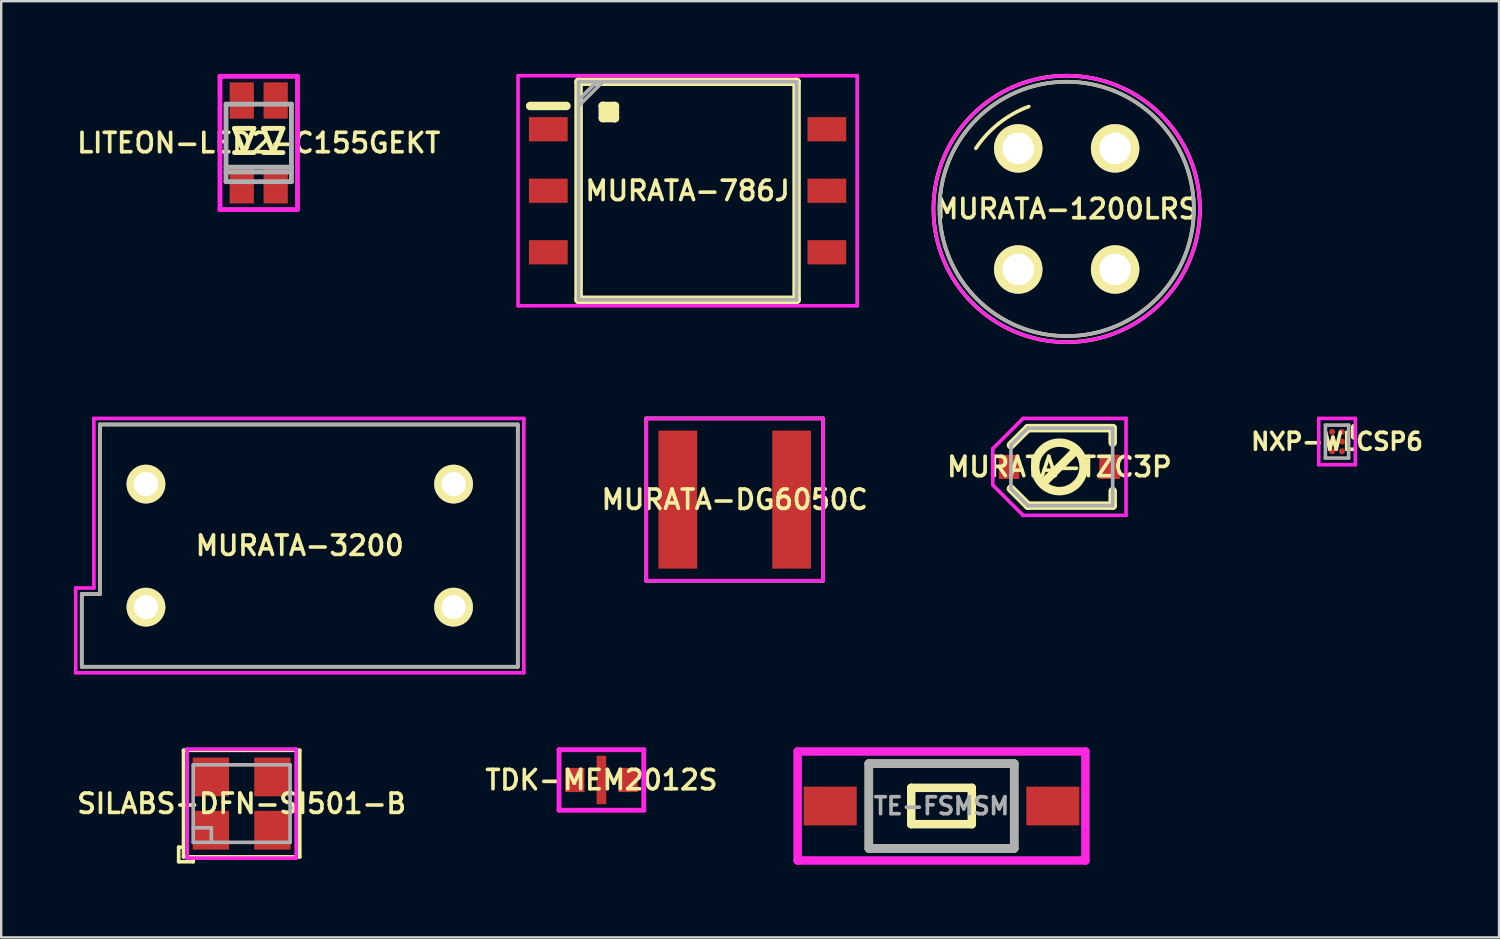
<source format=kicad_pcb>
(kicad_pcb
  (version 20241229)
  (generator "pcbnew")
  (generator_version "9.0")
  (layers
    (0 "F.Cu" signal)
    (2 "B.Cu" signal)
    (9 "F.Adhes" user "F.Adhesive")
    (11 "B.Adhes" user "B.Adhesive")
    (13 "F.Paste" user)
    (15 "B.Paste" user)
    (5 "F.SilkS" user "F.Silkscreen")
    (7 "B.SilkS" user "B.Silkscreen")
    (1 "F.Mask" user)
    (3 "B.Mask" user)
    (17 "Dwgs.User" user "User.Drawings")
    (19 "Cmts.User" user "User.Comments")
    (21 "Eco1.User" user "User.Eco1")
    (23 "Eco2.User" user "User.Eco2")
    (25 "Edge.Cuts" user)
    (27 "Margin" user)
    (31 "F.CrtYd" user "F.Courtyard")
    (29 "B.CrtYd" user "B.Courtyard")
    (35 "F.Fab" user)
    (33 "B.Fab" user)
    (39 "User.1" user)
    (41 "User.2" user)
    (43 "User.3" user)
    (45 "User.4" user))
  (footprint "TDK-MEM2012S"
    (layer "F.Cu")
    (at 21.778 29.15)
    (property "Reference" "TDK-MEM2012S" (at 0 0 0) (layer "F.SilkS") (effects (font (size 0.8 0.8) (thickness 0.15))))
    (attr through_hole)
    (fp_line (start -1.75 -1.25) (end 1.75 -1.25) (stroke (width 0.2) (type solid)) (layer "F.CrtYd"))
    (fp_line (start -1.75 1.25) (end -1.75 -1.25) (stroke (width 0.2) (type solid)) (layer "F.CrtYd"))
    (fp_line (start 1.75 -1.25) (end 1.75 1.25) (stroke (width 0.2) (type solid)) (layer "F.CrtYd"))
    (fp_line (start 1.75 1.25) (end -1.75 1.25) (stroke (width 0.2) (type solid)) (layer "F.CrtYd"))
    (pad "1" smd rect (at -1.1 0) (size 0.8 1) (layers "F.Cu" "F.Mask" "F.Paste"))
    (pad "2" smd rect (at 0 0) (size 0.4 2) (layers "F.Cu" "F.Mask" "F.Paste"))
    (pad "3" smd rect (at 1.1 0) (size 0.8 1) (layers "F.Cu" "F.Mask" "F.Paste")))
  (footprint "LITEON-LED2-C155GEKT"
    (layer "F.Cu")
    (at 7.631 2.85)
    (property "Reference" "LITEON-LED2-C155GEKT" (at 0 0 0) (layer "F.SilkS") (effects (font (size 0.8 0.8) (thickness 0.15))))
    (attr through_hole)
    (fp_line (start -1 -0.6) (end -0.2 -0.6) (stroke (width 0.2) (type solid)) (layer "F.SilkS"))
    (fp_line (start -1 0.4) (end -0.2 0.4) (stroke (width 0.2) (type solid)) (layer "F.SilkS"))
    (fp_line (start -0.6 0.4) (end -1 -0.6) (stroke (width 0.2) (type solid)) (layer "F.SilkS"))
    (fp_line (start -0.2 -0.6) (end -0.6 0.4) (stroke (width 0.2) (type solid)) (layer "F.SilkS"))
    (fp_line (start 0.2 -0.6) (end 1 -0.6) (stroke (width 0.2) (type solid)) (layer "F.SilkS"))
    (fp_line (start 0.2 0.4) (end 1 0.4) (stroke (width 0.2) (type solid)) (layer "F.SilkS"))
    (fp_line (start 0.6 0.4) (end 0.2 -0.6) (stroke (width 0.2) (type solid)) (layer "F.SilkS"))
    (fp_line (start 1 -0.6) (end 0.6 0.4) (stroke (width 0.2) (type solid)) (layer "F.SilkS"))
    (fp_line (start -1.6 -2.75) (end 1.6 -2.75) (stroke (width 0.2) (type solid)) (layer "F.CrtYd"))
    (fp_line (start -1.6 2.75) (end -1.6 -2.75) (stroke (width 0.2) (type solid)) (layer "F.CrtYd"))
    (fp_line (start 1.6 -2.75) (end 1.6 2.75) (stroke (width 0.2) (type solid)) (layer "F.CrtYd"))
    (fp_line (start 1.6 2.75) (end -1.6 2.75) (stroke (width 0.2) (type solid)) (layer "F.CrtYd"))
    (fp_line (start -1.35 -1.6) (end 1.35 -1.6) (stroke (width 0.2) (type solid)) (layer "F.Fab"))
    (fp_line (start -1.35 1.2) (end 1.35 1.2) (stroke (width 0.2) (type solid)) (layer "F.Fab"))
    (fp_line (start -1.35 1.6) (end -1.35 -1.6) (stroke (width 0.2) (type solid)) (layer "F.Fab"))
    (fp_line (start 1.35 -1.6) (end 1.35 1.6) (stroke (width 0.2) (type solid)) (layer "F.Fab"))
    (fp_line (start 1.35 1) (end -1.35 1) (stroke (width 0.2) (type solid)) (layer "F.Fab"))
    (fp_line (start 1.35 1.6) (end -1.35 1.6) (stroke (width 0.2) (type solid)) (layer "F.Fab"))
    (pad "1" smd rect (at 0.7 -1.75) (size 1 1.5) (layers "F.Cu" "F.Mask" "F.Paste"))
    (pad "2" smd rect (at -0.7 -1.75) (size 1 1.5) (layers "F.Cu" "F.Mask" "F.Paste"))
    (pad "3" smd rect (at 0.7 1.75) (size 1 1.5) (layers "F.Cu" "F.Mask" "F.Paste"))
    (pad "4" smd rect (at -0.7 1.75) (size 1 1.5) (layers "F.Cu" "F.Mask" "F.Paste")))
  (footprint "MURATA-DG6050C"
    (layer "F.Cu")
    (at 27.281 17.575)
    (property "Reference" "MURATA-DG6050C" (at 0 0 0) (layer "F.SilkS") (effects (font (size 0.8 0.8) (thickness 0.15))))
    (attr through_hole)
    (fp_line (start -3.65 -3.35) (end 3.65 -3.35) (stroke (width 0.15) (type solid)) (layer "F.SilkS"))
    (fp_line (start -3.65 3.35) (end -3.65 -3.35) (stroke (width 0.15) (type solid)) (layer "F.SilkS"))
    (fp_line (start 3.65 -3.35) (end 3.65 3.35) (stroke (width 0.15) (type solid)) (layer "F.SilkS"))
    (fp_line (start 3.65 3.35) (end -3.65 3.35) (stroke (width 0.15) (type solid)) (layer "F.SilkS"))
    (fp_line (start -3.65 -3.35) (end 3.65 -3.35) (stroke (width 0.15) (type solid)) (layer "F.CrtYd"))
    (fp_line (start -3.65 3.35) (end -3.65 -3.35) (stroke (width 0.15) (type solid)) (layer "F.CrtYd"))
    (fp_line (start 3.65 -3.35) (end 3.65 3.35) (stroke (width 0.15) (type solid)) (layer "F.CrtYd"))
    (fp_line (start 3.65 3.35) (end -3.65 3.35) (stroke (width 0.15) (type solid)) (layer "F.CrtYd"))
    (pad "1" smd rect (at -2.35 0) (size 1.6 5.7) (layers "F.Cu" "F.Mask" "F.Paste"))
    (pad "2" smd rect (at 2.35 0) (size 1.6 5.7) (layers "F.Cu" "F.Mask" "F.Paste")))
  (footprint "MURATA-1200LRS"
    (layer "F.Cu")
    (at 40.986 5.575)
    (property "Reference" "MURATA-1200LRS" (at 0 0 0) (layer "F.SilkS") (effects (font (size 0.8 0.8) (thickness 0.15))))
    (attr through_hole)
    (fp_arc (start -3.75 -2.5) (mid -2.79392 -3.536455) (end -1.564351 -4.226737) (stroke (width 0.15) (type solid)) (layer "F.SilkS"))
    (fp_circle (center 0 0) (end 5.25 0) (stroke (width 0.15) (type solid)) (fill no) (layer "F.SilkS"))
    (fp_circle (center 0 0) (end 5.5 0) (stroke (width 0.15) (type solid)) (fill no) (layer "F.SilkS"))
    (fp_circle (center 0 0) (end 5.5 0) (stroke (width 0.15) (type solid)) (fill no) (layer "F.CrtYd"))
    (fp_circle (center 0 0) (end 5.25 0) (stroke (width 0.15) (type solid)) (fill no) (layer "F.Fab"))
    (pad "1" thru_hole circle (at -2 -2.5) (size 2 2) (drill 1.3) (layers "*.Cu" "*.Mask" "F.SilkS"))
    (pad "2" thru_hole circle (at 2 2.5) (size 2 2) (drill 1.3) (layers "*.Cu" "*.Mask" "F.SilkS"))
    (pad "3" thru_hole circle (at -2 2.5) (size 2 2) (drill 1.3) (layers "*.Cu" "*.Mask" "F.SilkS"))
    (pad "4" thru_hole circle (at 2 -2.5) (size 2 2) (drill 1.3) (layers "*.Cu" "*.Mask" "F.SilkS")))
  (footprint "MURATA-TZC3P"
    (layer "F.Cu")
    (at 40.685 16.225)
    (property "Reference" "MURATA-TZC3P" (at 0 0 0) (layer "F.SilkS") (effects (font (size 0.8 0.8) (thickness 0.15))))
    (attr through_hole)
    (fp_line (start -1.3 -1.6) (end -2 -0.9) (stroke (width 0.35) (type solid)) (layer "F.SilkS"))
    (fp_line (start -1.3 -1.6) (end 2.2 -1.6) (stroke (width 0.35) (type solid)) (layer "F.SilkS"))
    (fp_line (start -1.3 1.6) (end -2 0.9) (stroke (width 0.35) (type solid)) (layer "F.SilkS"))
    (fp_line (start -1.3 1.6) (end 2.2 1.6) (stroke (width 0.35) (type solid)) (layer "F.SilkS"))
    (fp_line (start 0.7 -0.7) (end -0.7 0.7) (stroke (width 0.35) (type solid)) (layer "F.SilkS"))
    (fp_line (start 2.2 -1.6) (end 2.2 -1) (stroke (width 0.35) (type solid)) (layer "F.SilkS"))
    (fp_line (start 2.2 1.6) (end 2.2 1) (stroke (width 0.35) (type solid)) (layer "F.SilkS"))
    (fp_circle (center 0 0) (end 1 0) (stroke (width 0.35) (type solid)) (fill no) (layer "F.SilkS"))
    (fp_line (start -2.75 -0.75) (end -2.75 0.75) (stroke (width 0.15) (type solid)) (layer "F.CrtYd"))
    (fp_line (start -2.75 0.75) (end -1.5 2) (stroke (width 0.15) (type solid)) (layer "F.CrtYd"))
    (fp_line (start -1.5 -2) (end -2.75 -0.75) (stroke (width 0.15) (type solid)) (layer "F.CrtYd"))
    (fp_line (start -1.5 2) (end 2.75 2) (stroke (width 0.15) (type solid)) (layer "F.CrtYd"))
    (fp_line (start 2.75 -2) (end -1.5 -2) (stroke (width 0.15) (type solid)) (layer "F.CrtYd"))
    (fp_line (start 2.75 2) (end 2.75 -2) (stroke (width 0.15) (type solid)) (layer "F.CrtYd"))
    (fp_line (start -2 -0.9) (end -2 0.9) (stroke (width 0.15) (type solid)) (layer "F.Fab"))
    (fp_line (start -2 0.9) (end -1.3 1.6) (stroke (width 0.15) (type solid)) (layer "F.Fab"))
    (fp_line (start -1.3 -1.6) (end -2 -0.9) (stroke (width 0.15) (type solid)) (layer "F.Fab"))
    (fp_line (start -1.3 1.6) (end 2.2 1.6) (stroke (width 0.15) (type solid)) (layer "F.Fab"))
    (fp_line (start 2.2 -1.6) (end -1.3 -1.6) (stroke (width 0.15) (type solid)) (layer "F.Fab"))
    (fp_line (start 2.2 1.6) (end 2.2 -1.6) (stroke (width 0.15) (type solid)) (layer "F.Fab"))
    (pad "1" smd rect (at -2.075 0) (size 0.85 1) (layers "F.Cu" "F.Mask" "F.Paste"))
    (pad "2" smd rect (at 2.075 0) (size 0.85 1) (layers "F.Cu" "F.Mask" "F.Paste")))
  (footprint "NXP-WLCSP6"
    (layer "F.Cu")
    (at 52.147 15.18)
    (property "Reference" "NXP-WLCSP6" (at 0 0 0) (layer "F.SilkS") (effects (font (size 0.7 0.7) (thickness 0.15))))
    (attr through_hole)
    (fp_line (start 0.7 -0.605) (end 0.7 -0.2) (stroke (width 0.25) (type solid)) (layer "F.SilkS"))
    (fp_line (start -0.755 -0.955) (end 0.755 -0.955) (stroke (width 0.15) (type solid)) (layer "F.CrtYd"))
    (fp_line (start -0.755 0.955) (end -0.755 -0.955) (stroke (width 0.15) (type solid)) (layer "F.CrtYd"))
    (fp_line (start 0.755 -0.955) (end 0.755 0.955) (stroke (width 0.15) (type solid)) (layer "F.CrtYd"))
    (fp_line (start 0.755 0.955) (end -0.755 0.955) (stroke (width 0.15) (type solid)) (layer "F.CrtYd"))
    (fp_line (start -0.48 -0.68) (end 0.48 -0.68) (stroke (width 0.15) (type solid)) (layer "F.Fab"))
    (fp_line (start -0.48 0.68) (end -0.48 -0.68) (stroke (width 0.15) (type solid)) (layer "F.Fab"))
    (fp_line (start 0.48 -0.68) (end 0.48 0.68) (stroke (width 0.15) (type solid)) (layer "F.Fab"))
    (fp_line (start 0.48 0.68) (end -0.48 0.68) (stroke (width 0.15) (type solid)) (layer "F.Fab"))
    (pad "A1" smd circle (at 0.2 -0.4) (size 0.25 0.25) (layers "F.Cu" "F.Mask" "F.Paste"))
    (pad "A2" smd circle (at -0.2 -0.4) (size 0.25 0.25) (layers "F.Cu" "F.Mask" "F.Paste"))
    (pad "B1" smd circle (at 0.2 0) (size 0.25 0.25) (layers "F.Cu" "F.Mask" "F.Paste"))
    (pad "B2" smd circle (at -0.2 0) (size 0.25 0.25) (layers "F.Cu" "F.Mask" "F.Paste"))
    (pad "C1" smd circle (at 0.2 0.4) (size 0.25 0.25) (layers "F.Cu" "F.Mask" "F.Paste"))
    (pad "C2" smd circle (at -0.2 0.4) (size 0.25 0.25) (layers "F.Cu" "F.Mask" "F.Paste")))
  (footprint "MURATA-786J"
    (layer "F.Cu")
    (at 25.336 4.825)
    (property "Reference" "MURATA-786J" (at 0 0 0) (layer "F.SilkS") (effects (font (size 0.8 0.8) (thickness 0.15))))
    (attr through_hole)
    (fp_line (start -5 -3.5) (end -6.5 -3.5) (stroke (width 0.35) (type solid)) (layer "F.SilkS"))
    (fp_line (start -4.5 -4.5) (end -4.5 4.5) (stroke (width 0.35) (type solid)) (layer "F.SilkS"))
    (fp_line (start -4.5 4.5) (end 4.5 4.5) (stroke (width 0.35) (type solid)) (layer "F.SilkS"))
    (fp_line (start -3.5 -3.5) (end -3.5 -3) (stroke (width 0.35) (type solid)) (layer "F.SilkS"))
    (fp_line (start -3.5 -3.5) (end -3 -3) (stroke (width 0.35) (type solid)) (layer "F.SilkS"))
    (fp_line (start -3.5 -3) (end -3 -3) (stroke (width 0.35) (type solid)) (layer "F.SilkS"))
    (fp_line (start -3 -3.5) (end -3.5 -3.5) (stroke (width 0.35) (type solid)) (layer "F.SilkS"))
    (fp_line (start -3 -3) (end -3 -3.5) (stroke (width 0.35) (type solid)) (layer "F.SilkS"))
    (fp_line (start 4.5 -4.5) (end -4.5 -4.5) (stroke (width 0.35) (type solid)) (layer "F.SilkS"))
    (fp_line (start 4.5 4.5) (end 4.5 -4.5) (stroke (width 0.35) (type solid)) (layer "F.SilkS"))
    (fp_line (start -7 -4.75) (end -7 4.75) (stroke (width 0.15) (type solid)) (layer "F.CrtYd"))
    (fp_line (start -7 4.75) (end 7 4.75) (stroke (width 0.15) (type solid)) (layer "F.CrtYd"))
    (fp_line (start 7 -4.75) (end -7 -4.75) (stroke (width 0.15) (type solid)) (layer "F.CrtYd"))
    (fp_line (start 7 4.75) (end 7 -4.75) (stroke (width 0.15) (type solid)) (layer "F.CrtYd"))
    (fp_line (start -4.5 -4.5) (end -4.5 4.5) (stroke (width 0.15) (type solid)) (layer "F.Fab"))
    (fp_line (start -4.5 -3.75) (end -3.75 -4.5) (stroke (width 0.15) (type solid)) (layer "F.Fab"))
    (fp_line (start -4.5 4.5) (end 4.5 4.5) (stroke (width 0.15) (type solid)) (layer "F.Fab"))
    (fp_line (start -3.5 -4.5) (end -4.5 -3.5) (stroke (width 0.15) (type solid)) (layer "F.Fab"))
    (fp_line (start 4.5 -4.5) (end -4.5 -4.5) (stroke (width 0.15) (type solid)) (layer "F.Fab"))
    (fp_line (start 4.5 4.5) (end 4.5 -4.5) (stroke (width 0.15) (type solid)) (layer "F.Fab"))
    (pad "1" smd rect (at -5.75 -2.54) (size 1.6 1) (layers "F.Cu" "F.Mask" "F.Paste"))
    (pad "2" smd rect (at -5.75 0) (size 1.6 1) (layers "F.Cu" "F.Mask" "F.Paste"))
    (pad "3" smd rect (at -5.75 2.54) (size 1.6 1) (layers "F.Cu" "F.Mask" "F.Paste"))
    (pad "4" smd rect (at 5.75 2.54) (size 1.6 1) (layers "F.Cu" "F.Mask" "F.Paste"))
    (pad "5" smd rect (at 5.75 0) (size 1.6 1) (layers "F.Cu" "F.Mask" "F.Paste"))
    (pad "6" smd rect (at 5.75 -2.54) (size 1.6 1) (layers "F.Cu" "F.Mask" "F.Paste")))
  (footprint "MURATA-3200"
    (layer "F.Cu")
    (at 9.325 19.475)
    (property "Reference" "MURATA-3200" (at 0 0 0) (layer "F.SilkS") (effects (font (size 0.8 0.8) (thickness 0.15))))
    (attr through_hole)
    (fp_line (start -9 2) (end -9 5) (stroke (width 0.15) (type solid)) (layer "F.SilkS"))
    (fp_line (start -9 5) (end 9 5) (stroke (width 0.15) (type solid)) (layer "F.SilkS"))
    (fp_line (start -8.25 -5) (end -8.25 2) (stroke (width 0.15) (type solid)) (layer "F.SilkS"))
    (fp_line (start -8.25 2) (end -9 2) (stroke (width 0.15) (type solid)) (layer "F.SilkS"))
    (fp_line (start 9 -5) (end -8.25 -5) (stroke (width 0.15) (type solid)) (layer "F.SilkS"))
    (fp_line (start 9 5) (end 9 -5) (stroke (width 0.15) (type solid)) (layer "F.SilkS"))
    (fp_line (start -9.25 1.75) (end -9.25 5.25) (stroke (width 0.15) (type solid)) (layer "F.CrtYd"))
    (fp_line (start -9.25 5.25) (end 9.25 5.25) (stroke (width 0.15) (type solid)) (layer "F.CrtYd"))
    (fp_line (start -8.5 -5.25) (end -8.5 1.75) (stroke (width 0.15) (type solid)) (layer "F.CrtYd"))
    (fp_line (start -8.5 1.75) (end -9.25 1.75) (stroke (width 0.15) (type solid)) (layer "F.CrtYd"))
    (fp_line (start 9.25 -5.25) (end -8.5 -5.25) (stroke (width 0.15) (type solid)) (layer "F.CrtYd"))
    (fp_line (start 9.25 5.25) (end 9.25 -5.25) (stroke (width 0.15) (type solid)) (layer "F.CrtYd"))
    (fp_line (start -9 2) (end -9 5) (stroke (width 0.15) (type solid)) (layer "F.Fab"))
    (fp_line (start -9 2) (end -8.25 2) (stroke (width 0.15) (type solid)) (layer "F.Fab"))
    (fp_line (start -9 5) (end 9 5) (stroke (width 0.15) (type solid)) (layer "F.Fab"))
    (fp_line (start -8.25 -5) (end 9 -5) (stroke (width 0.15) (type solid)) (layer "F.Fab"))
    (fp_line (start -8.25 2) (end -8.25 -5) (stroke (width 0.15) (type solid)) (layer "F.Fab"))
    (fp_line (start 9 5) (end 9 -5) (stroke (width 0.15) (type solid)) (layer "F.Fab"))
    (pad "" thru_hole circle (at -6.35 -2.54) (size 1.6 1.6) (drill 1) (layers "*.Cu" "*.Mask" "F.SilkS"))
    (pad "" thru_hole circle (at 6.35 2.54) (size 1.6 1.6) (drill 1) (layers "*.Cu" "*.Mask" "F.SilkS"))
    (pad "1" thru_hole circle (at -6.35 2.54) (size 1.6 1.6) (drill 1) (layers "*.Cu" "*.Mask" "F.SilkS"))
    (pad "2" thru_hole circle (at 6.35 -2.54) (size 1.6 1.6) (drill 1) (layers "*.Cu" "*.Mask" "F.SilkS")))
  (footprint "SILABS-DFN-SI501-B"
    (layer "F.Cu")
    (at 6.926 30.125)
    (property "Reference" "SILABS-DFN-SI501-B" (at 0 0 0) (layer "F.SilkS") (effects (font (size 0.8 0.8) (thickness 0.15))))
    (attr through_hole)
    (fp_line (start -2.6 1.8) (end -2.6 2.4) (stroke (width 0.15) (type solid)) (layer "F.SilkS"))
    (fp_line (start -2.6 2.4) (end -2 2.4) (stroke (width 0.15) (type solid)) (layer "F.SilkS"))
    (fp_line (start -2.4 -2.2) (end 2.4 -2.2) (stroke (width 0.15) (type solid)) (layer "F.SilkS"))
    (fp_line (start -2.4 1.8) (end -2.6 1.8) (stroke (width 0.15) (type solid)) (layer "F.SilkS"))
    (fp_line (start -2.4 2.2) (end -2.4 -2.2) (stroke (width 0.15) (type solid)) (layer "F.SilkS"))
    (fp_line (start -2 2.4) (end -2 2.2) (stroke (width 0.15) (type solid)) (layer "F.SilkS"))
    (fp_line (start 2.4 -2.2) (end 2.4 2.2) (stroke (width 0.15) (type solid)) (layer "F.SilkS"))
    (fp_line (start 2.4 2.2) (end -2.4 2.2) (stroke (width 0.15) (type solid)) (layer "F.SilkS"))
    (fp_line (start -2.25 -2.25) (end -2.25 2.25) (stroke (width 0.15) (type solid)) (layer "F.CrtYd"))
    (fp_line (start -2.25 2.25) (end 2.25 2.25) (stroke (width 0.15) (type solid)) (layer "F.CrtYd"))
    (fp_line (start 2.25 -2.25) (end -2.25 -2.25) (stroke (width 0.15) (type solid)) (layer "F.CrtYd"))
    (fp_line (start 2.25 2.25) (end 2.25 -2.25) (stroke (width 0.15) (type solid)) (layer "F.CrtYd"))
    (fp_line (start -2 -1.6) (end 2 -1.6) (stroke (width 0.15) (type solid)) (layer "F.Fab"))
    (fp_line (start -2 1) (end -1.25 1) (stroke (width 0.15) (type solid)) (layer "F.Fab"))
    (fp_line (start -2 1.6) (end -2 -1.6) (stroke (width 0.15) (type solid)) (layer "F.Fab"))
    (fp_line (start -1.25 1) (end -1.25 1.5) (stroke (width 0.15) (type solid)) (layer "F.Fab"))
    (fp_line (start 2 -1.6) (end 2 1.6) (stroke (width 0.15) (type solid)) (layer "F.Fab"))
    (fp_line (start 2 1.6) (end -2 1.6) (stroke (width 0.15) (type solid)) (layer "F.Fab"))
    (pad "1" smd rect (at -1.27 1.1) (size 1.5 1.6) (layers "F.Cu" "F.Mask" "F.Paste"))
    (pad "2" smd rect (at 1.27 1.1) (size 1.5 1.6) (layers "F.Cu" "F.Mask" "F.Paste"))
    (pad "3" smd rect (at 1.27 -1.1) (size 1.5 1.6) (layers "F.Cu" "F.Mask" "F.Paste"))
    (pad "4" smd rect (at -1.27 -1.1) (size 1.5 1.6) (layers "F.Cu" "F.Mask" "F.Paste")))
  (footprint "TE-FSMSM"
    (layer "F.Cu")
    (at 35.819 30.225)
    (property "Reference" "TE-FSMSM" (at 0 0 0) (layer "F.Fab") (effects (font (size 0.7 0.7) (thickness 0.15))))
    (attr through_hole)
    (fp_line (start -3 -1.75) (end 3 -1.75) (stroke (width 0.35) (type solid)) (layer "F.SilkS"))
    (fp_line (start -3 1.75) (end -3 -1.75) (stroke (width 0.35) (type solid)) (layer "F.SilkS"))
    (fp_line (start -1.25 -0.75) (end 1.25 -0.75) (stroke (width 0.35) (type solid)) (layer "F.SilkS"))
    (fp_line (start -1.25 0.75) (end -1.25 -0.75) (stroke (width 0.35) (type solid)) (layer "F.SilkS"))
    (fp_line (start 1.25 -0.75) (end 1.25 0.75) (stroke (width 0.35) (type solid)) (layer "F.SilkS"))
    (fp_line (start 1.25 0.75) (end -1.25 0.75) (stroke (width 0.35) (type solid)) (layer "F.SilkS"))
    (fp_line (start 3 -1.75) (end 3 1.75) (stroke (width 0.35) (type solid)) (layer "F.SilkS"))
    (fp_line (start 3 1.75) (end -3 1.75) (stroke (width 0.35) (type solid)) (layer "F.SilkS"))
    (fp_line (start -5.94 -2.25) (end -5.94 2.25) (stroke (width 0.35) (type solid)) (layer "F.CrtYd"))
    (fp_line (start -5.94 2.25) (end 5.94 2.25) (stroke (width 0.35) (type solid)) (layer "F.CrtYd"))
    (fp_line (start 5.94 -2.25) (end -5.94 -2.25) (stroke (width 0.35) (type solid)) (layer "F.CrtYd"))
    (fp_line (start 5.94 2.25) (end 5.94 -2.25) (stroke (width 0.35) (type solid)) (layer "F.CrtYd"))
    (fp_line (start -3 -1.75) (end 3 -1.75) (stroke (width 0.35) (type solid)) (layer "F.Fab"))
    (fp_line (start -3 1.75) (end -3 -1.75) (stroke (width 0.35) (type solid)) (layer "F.Fab"))
    (fp_line (start 3 -1.75) (end 3 1.75) (stroke (width 0.35) (type solid)) (layer "F.Fab"))
    (fp_line (start 3 1.75) (end -3 1.75) (stroke (width 0.35) (type solid)) (layer "F.Fab"))
    (pad "1" smd rect (at -4.595 0) (size 2.19 1.6) (layers "F.Cu" "F.Mask" "F.Paste"))
    (pad "2" smd rect (at 4.595 0) (size 2.19 1.6) (layers "F.Cu" "F.Mask" "F.Paste")))
  (gr_rect
    (start -3 -3)
    (end 58.835 35.65)
    (stroke (width 0.1) (type default))
    (fill no)
    (layer "Edge.Cuts")))
</source>
